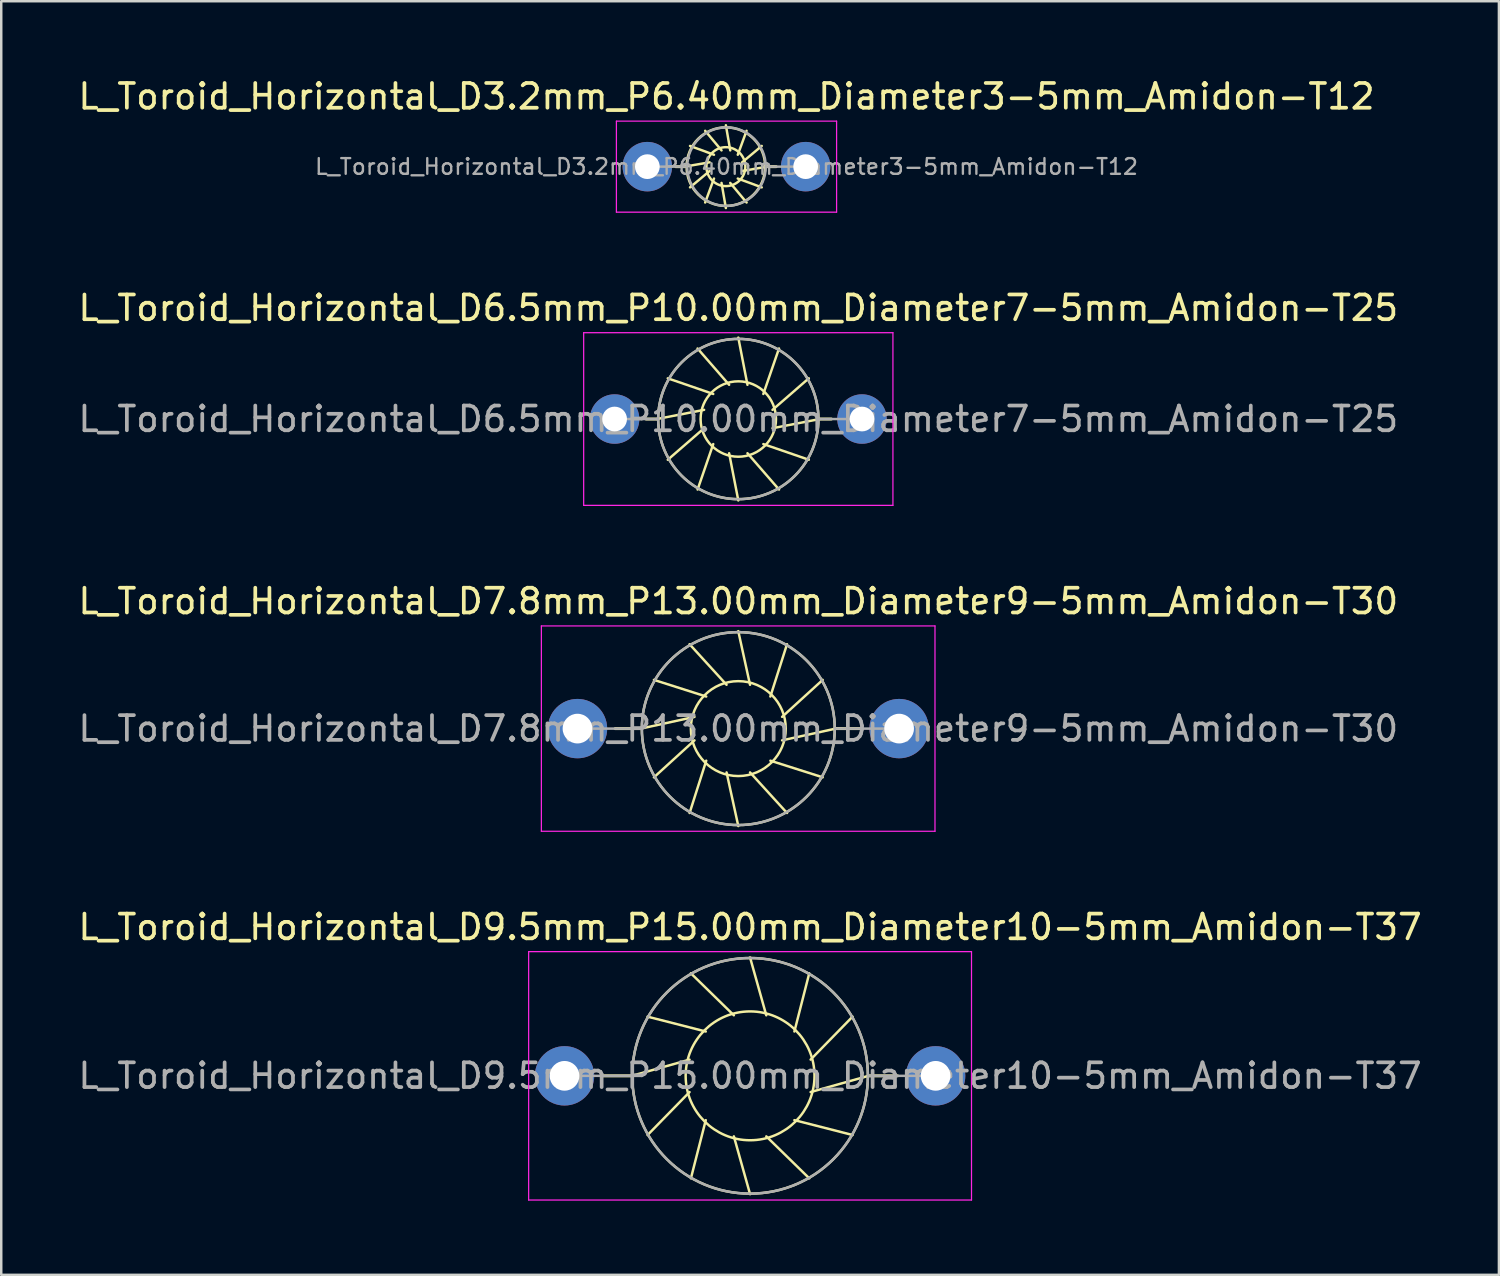
<source format=kicad_pcb>
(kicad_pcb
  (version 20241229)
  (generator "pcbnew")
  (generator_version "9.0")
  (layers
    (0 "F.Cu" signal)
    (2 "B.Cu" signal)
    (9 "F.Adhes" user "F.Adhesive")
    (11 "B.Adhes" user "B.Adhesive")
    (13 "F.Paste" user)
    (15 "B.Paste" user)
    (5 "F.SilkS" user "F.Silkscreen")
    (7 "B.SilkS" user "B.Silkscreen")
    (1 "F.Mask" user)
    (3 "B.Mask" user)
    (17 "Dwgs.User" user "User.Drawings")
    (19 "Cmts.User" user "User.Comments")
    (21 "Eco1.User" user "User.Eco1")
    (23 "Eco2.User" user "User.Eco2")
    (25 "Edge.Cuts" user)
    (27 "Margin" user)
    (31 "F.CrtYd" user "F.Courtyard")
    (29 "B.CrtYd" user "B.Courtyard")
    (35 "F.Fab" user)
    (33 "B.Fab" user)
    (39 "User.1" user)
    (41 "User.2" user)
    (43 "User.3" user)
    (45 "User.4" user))
  (footprint "L_Toroid_Horizontal_D7.8mm_P13.00mm_Diameter9-5mm_Amidon-T30"
    (layer "F.Cu")
    (at 20.292 26.4)
    (property "Reference" "L_Toroid_Horizontal_D7.8mm_P13.00mm_Diameter9-5mm_Amidon-T30" (at 6.5 -5.149 0) (layer "F.SilkS") (effects (font (size 1 1) (thickness 0.15))))
    (attr through_hole)
    (fp_line (start 2.561 0.000365) (end 4.729 -0.474) (stroke (width 0.1) (type solid)) (layer "F.SilkS"))
    (fp_line (start 2.601 0) (end 1.524 0) (stroke (width 0.12) (type solid)) (layer "F.SilkS"))
    (fp_line (start 3.089 -1.969) (end 5.203 -1.296) (stroke (width 0.1) (type solid)) (layer "F.SilkS"))
    (fp_line (start 3.089 1.97) (end 4.729 0.475) (stroke (width 0.1) (type solid)) (layer "F.SilkS"))
    (fp_line (start 4.53 -3.411) (end 6.025 -1.771) (stroke (width 0.1) (type solid)) (layer "F.SilkS"))
    (fp_line (start 4.531 3.411) (end 5.204 1.297) (stroke (width 0.1) (type solid)) (layer "F.SilkS"))
    (fp_line (start 6.499 -3.939) (end 6.974 -1.771) (stroke (width 0.1) (type solid)) (layer "F.SilkS"))
    (fp_line (start 6.5 3.939) (end 6.026 1.771) (stroke (width 0.1) (type solid)) (layer "F.SilkS"))
    (fp_line (start 8.469 -3.411) (end 7.796 -1.297) (stroke (width 0.1) (type solid)) (layer "F.SilkS"))
    (fp_line (start 8.469 3.411) (end 6.975 1.771) (stroke (width 0.1) (type solid)) (layer "F.SilkS"))
    (fp_line (start 9.911 -1.97) (end 8.271 -0.475) (stroke (width 0.1) (type solid)) (layer "F.SilkS"))
    (fp_line (start 9.911 1.969) (end 7.797 1.297) (stroke (width 0.1) (type solid)) (layer "F.SilkS"))
    (fp_line (start 10.439 -0.001) (end 8.271 0.474) (stroke (width 0.1) (type solid)) (layer "F.SilkS"))
    (fp_line (start 10.439 -0.001) (end 11.43 0) (stroke (width 0.12) (type solid)) (layer "F.SilkS"))
    (fp_circle (center 6.5 0) (end 8.418 0) (stroke (width 0.1) (type solid)) (fill no) (layer "F.SilkS"))
    (fp_circle (center 6.5 0) (end 10.399 0) (stroke (width 0.1) (type solid)) (fill no) (layer "F.SilkS"))
    (fp_line (start -1.46 -4.15) (end -1.46 4.15) (stroke (width 0.05) (type solid)) (layer "F.CrtYd"))
    (fp_line (start -1.46 4.15) (end 14.45 4.15) (stroke (width 0.05) (type solid)) (layer "F.CrtYd"))
    (fp_line (start 14.45 -4.15) (end -1.46 -4.15) (stroke (width 0.05) (type solid)) (layer "F.CrtYd"))
    (fp_line (start 14.45 4.15) (end 14.45 -4.15) (stroke (width 0.05) (type solid)) (layer "F.CrtYd"))
    (fp_line (start 0 0) (end 2.601 0) (stroke (width 0.1) (type solid)) (layer "F.Fab"))
    (fp_line (start 13 0) (end 10.399 0) (stroke (width 0.1) (type solid)) (layer "F.Fab"))
    (fp_circle (center 6.5 0) (end 10.399 0) (stroke (width 0.1) (type solid)) (fill no) (layer "F.Fab"))
    (fp_text user "${REFERENCE}" (at 6.5 0 0) (layer "F.Fab") (effects (font (size 1 1) (thickness 0.15))))
    (pad "1" thru_hole circle (at 0 0) (size 2.4 2.4) (drill 1.2) (layers "*.Cu" "*.Mask"))
    (pad "2" thru_hole circle (at 13 0) (size 2.4 2.4) (drill 1.2) (layers "*.Cu" "*.Mask")))
  (footprint "L_Toroid_Horizontal_D9.5mm_P15.00mm_Diameter10-5mm_Amidon-T37"
    (layer "F.Cu")
    (at 19.768 40.435)
    (property "Reference" "L_Toroid_Horizontal_D9.5mm_P15.00mm_Diameter10-5mm_Amidon-T37" (at 7.5 -6.013 0) (layer "F.SilkS") (effects (font (size 1 1) (thickness 0.15))))
    (attr through_hole)
    (fp_line (start 2.715 0.000443) (end 5.053 -0.655) (stroke (width 0.1) (type solid)) (layer "F.SilkS"))
    (fp_line (start 2.737 0) (end 1.524 0) (stroke (width 0.12) (type solid)) (layer "F.SilkS"))
    (fp_line (start 3.356 -2.392) (end 5.709 -1.791) (stroke (width 0.1) (type solid)) (layer "F.SilkS"))
    (fp_line (start 3.356 2.393) (end 5.053 0.656) (stroke (width 0.1) (type solid)) (layer "F.SilkS"))
    (fp_line (start 5.107 -4.144) (end 6.844 -2.447) (stroke (width 0.1) (type solid)) (layer "F.SilkS"))
    (fp_line (start 5.108 4.144) (end 5.709 1.791) (stroke (width 0.1) (type solid)) (layer "F.SilkS"))
    (fp_line (start 7.499 -4.785) (end 8.155 -2.447) (stroke (width 0.1) (type solid)) (layer "F.SilkS"))
    (fp_line (start 7.5 4.785) (end 6.845 2.447) (stroke (width 0.1) (type solid)) (layer "F.SilkS"))
    (fp_line (start 9.892 -4.144) (end 9.291 -1.792) (stroke (width 0.1) (type solid)) (layer "F.SilkS"))
    (fp_line (start 9.893 4.144) (end 8.156 2.447) (stroke (width 0.1) (type solid)) (layer "F.SilkS"))
    (fp_line (start 11.643 -2.393) (end 9.947 -0.656) (stroke (width 0.1) (type solid)) (layer "F.SilkS"))
    (fp_line (start 11.644 2.392) (end 9.291 1.791) (stroke (width 0.1) (type solid)) (layer "F.SilkS"))
    (fp_line (start 12.262 0) (end 13.462 0) (stroke (width 0.12) (type solid)) (layer "F.SilkS"))
    (fp_line (start 12.285 0) (end 9.947 0.656) (stroke (width 0.1) (type solid)) (layer "F.SilkS"))
    (fp_circle (center 7.5 0) (end 10.104 0) (stroke (width 0.1) (type solid)) (fill no) (layer "F.SilkS"))
    (fp_circle (center 7.5 0) (end 12.262 0) (stroke (width 0.1) (type solid)) (fill no) (layer "F.SilkS"))
    (fp_line (start -1.45 -5.02) (end -1.45 5.02) (stroke (width 0.05) (type solid)) (layer "F.CrtYd"))
    (fp_line (start -1.45 5.02) (end 16.45 5.02) (stroke (width 0.05) (type solid)) (layer "F.CrtYd"))
    (fp_line (start 16.45 -5.02) (end -1.45 -5.02) (stroke (width 0.05) (type solid)) (layer "F.CrtYd"))
    (fp_line (start 16.45 5.02) (end 16.45 -5.02) (stroke (width 0.05) (type solid)) (layer "F.CrtYd"))
    (fp_line (start 0 0) (end 2.737 0) (stroke (width 0.1) (type solid)) (layer "F.Fab"))
    (fp_line (start 15 0) (end 12.262 0) (stroke (width 0.1) (type solid)) (layer "F.Fab"))
    (fp_circle (center 7.5 0) (end 12.262 0) (stroke (width 0.1) (type solid)) (fill no) (layer "F.Fab"))
    (fp_text user "${REFERENCE}" (at 7.5 0 0) (layer "F.Fab") (effects (font (size 1 1) (thickness 0.15))))
    (pad "1" thru_hole circle (at 0 0) (size 2.4 2.4) (drill 1.2) (layers "*.Cu" "*.Mask"))
    (pad "2" thru_hole circle (at 15 0) (size 2.4 2.4) (drill 1.2) (layers "*.Cu" "*.Mask")))
  (footprint "L_Toroid_Horizontal_D6.5mm_P10.00mm_Diameter7-5mm_Amidon-T25"
    (layer "F.Cu")
    (at 21.792 13.887)
    (property "Reference" "L_Toroid_Horizontal_D6.5mm_P10.00mm_Diameter7-5mm_Amidon-T25" (at 5 -4.489 0) (layer "F.SilkS") (effects (font (size 1 1) (thickness 0.15))))
    (attr through_hole)
    (fp_line (start 1.27 0) (end 1.709 0.000305) (stroke (width 0.12) (type solid)) (layer "F.SilkS"))
    (fp_line (start 1.709 0.000305) (end 3.617 -0.371) (stroke (width 0.1) (type solid)) (layer "F.SilkS"))
    (fp_line (start 2.149 -1.645) (end 3.987 -1.013) (stroke (width 0.1) (type solid)) (layer "F.SilkS"))
    (fp_line (start 2.15 1.646) (end 3.617 0.371) (stroke (width 0.1) (type solid)) (layer "F.SilkS"))
    (fp_line (start 3.354 -2.85) (end 4.629 -1.383) (stroke (width 0.1) (type solid)) (layer "F.SilkS"))
    (fp_line (start 3.355 2.85) (end 3.987 1.013) (stroke (width 0.1) (type solid)) (layer "F.SilkS"))
    (fp_line (start 5 -3.291) (end 5.37 -1.383) (stroke (width 0.1) (type solid)) (layer "F.SilkS"))
    (fp_line (start 5 3.291) (end 4.629 1.383) (stroke (width 0.1) (type solid)) (layer "F.SilkS"))
    (fp_line (start 6.645 -2.851) (end 6.012 -1.013) (stroke (width 0.1) (type solid)) (layer "F.SilkS"))
    (fp_line (start 6.646 2.85) (end 5.371 1.383) (stroke (width 0.1) (type solid)) (layer "F.SilkS"))
    (fp_line (start 7.85 -1.646) (end 6.383 -0.371) (stroke (width 0.1) (type solid)) (layer "F.SilkS"))
    (fp_line (start 7.85 1.646) (end 6.013 1.013) (stroke (width 0.1) (type solid)) (layer "F.SilkS"))
    (fp_line (start 8.291 0) (end 6.383 0.371) (stroke (width 0.1) (type solid)) (layer "F.SilkS"))
    (fp_line (start 8.763 0) (end 8.291 0) (stroke (width 0.12) (type solid)) (layer "F.SilkS"))
    (fp_circle (center 5 0) (end 6.524 0) (stroke (width 0.1) (type solid)) (fill no) (layer "F.SilkS"))
    (fp_circle (center 5 0) (end 8.239 0) (stroke (width 0.1) (type solid)) (fill no) (layer "F.SilkS"))
    (fp_line (start -1.25 -3.49) (end -1.25 3.49) (stroke (width 0.05) (type solid)) (layer "F.CrtYd"))
    (fp_line (start -1.25 3.49) (end 11.25 3.49) (stroke (width 0.05) (type solid)) (layer "F.CrtYd"))
    (fp_line (start 11.25 -3.49) (end -1.25 -3.49) (stroke (width 0.05) (type solid)) (layer "F.CrtYd"))
    (fp_line (start 11.25 3.49) (end 11.25 -3.49) (stroke (width 0.05) (type solid)) (layer "F.CrtYd"))
    (fp_line (start 0 0) (end 1.762 0) (stroke (width 0.1) (type solid)) (layer "F.Fab"))
    (fp_line (start 10 0) (end 8.239 0) (stroke (width 0.1) (type solid)) (layer "F.Fab"))
    (fp_circle (center 5 0) (end 8.239 0) (stroke (width 0.1) (type solid)) (fill no) (layer "F.Fab"))
    (fp_text user "${REFERENCE}" (at 5 0 0) (layer "F.Fab") (effects (font (size 1 1) (thickness 0.15))))
    (pad "1" thru_hole circle (at 0 0) (size 2 2) (drill 1) (layers "*.Cu" "*.Mask"))
    (pad "2" thru_hole circle (at 10 0) (size 2 2) (drill 1) (layers "*.Cu" "*.Mask")))
  (footprint "L_Toroid_Horizontal_D3.2mm_P6.40mm_Diameter3-5mm_Amidon-T12"
    (layer "F.Cu")
    (at 23.115 3.686)
    (property "Reference" "L_Toroid_Horizontal_D3.2mm_P6.40mm_Diameter3-5mm_Amidon-T12" (at 3.2 -2.837 0) (layer "F.SilkS") (effects (font (size 1 1) (thickness 0.15))))
    (attr through_hole)
    (fp_line (start 1.143 0) (end 1.502 0.000155) (stroke (width 0.12) (type solid)) (layer "F.SilkS"))
    (fp_line (start 1.502 0.000155) (end 2.517 -0.176) (stroke (width 0.1) (type solid)) (layer "F.SilkS"))
    (fp_line (start 1.726 -0.837) (end 2.694 -0.481) (stroke (width 0.1) (type solid)) (layer "F.SilkS"))
    (fp_line (start 1.726 0.837) (end 2.517 0.176) (stroke (width 0.1) (type solid)) (layer "F.SilkS"))
    (fp_line (start 2.338 -1.449) (end 2.999 -0.658) (stroke (width 0.1) (type solid)) (layer "F.SilkS"))
    (fp_line (start 2.338 1.449) (end 2.694 0.481) (stroke (width 0.1) (type solid)) (layer "F.SilkS"))
    (fp_line (start 3.175 -1.673) (end 3.351 -0.658) (stroke (width 0.1) (type solid)) (layer "F.SilkS"))
    (fp_line (start 3.175 1.673) (end 2.999 0.658) (stroke (width 0.1) (type solid)) (layer "F.SilkS"))
    (fp_line (start 4.011 -1.449) (end 3.656 -0.481) (stroke (width 0.1) (type solid)) (layer "F.SilkS"))
    (fp_line (start 4.012 1.449) (end 3.351 0.658) (stroke (width 0.1) (type solid)) (layer "F.SilkS"))
    (fp_line (start 4.624 -0.837) (end 3.833 -0.176) (stroke (width 0.1) (type solid)) (layer "F.SilkS"))
    (fp_line (start 4.624 0.837) (end 3.656 0.481) (stroke (width 0.1) (type solid)) (layer "F.SilkS"))
    (fp_line (start 4.848 -0.00031) (end 3.833 0.176) (stroke (width 0.1) (type solid)) (layer "F.SilkS"))
    (fp_line (start 4.848 -0.00031) (end 5.207 0) (stroke (width 0.12) (type solid)) (layer "F.SilkS"))
    (fp_circle (center 3.175 0) (end 3.962 0) (stroke (width 0.1) (type solid)) (fill no) (layer "F.SilkS"))
    (fp_circle (center 3.175 0) (end 4.763 0) (stroke (width 0.1) (type solid)) (fill no) (layer "F.SilkS"))
    (fp_line (start -1.25 -1.84) (end -1.25 1.84) (stroke (width 0.05) (type solid)) (layer "F.CrtYd"))
    (fp_line (start -1.25 1.84) (end 7.65 1.84) (stroke (width 0.05) (type solid)) (layer "F.CrtYd"))
    (fp_line (start 7.65 -1.84) (end -1.25 -1.84) (stroke (width 0.05) (type solid)) (layer "F.CrtYd"))
    (fp_line (start 7.65 1.84) (end 7.65 -1.84) (stroke (width 0.05) (type solid)) (layer "F.CrtYd"))
    (fp_line (start 0 0) (end 1.613 0) (stroke (width 0.1) (type solid)) (layer "F.Fab"))
    (fp_line (start 6.4 0) (end 4.787 0) (stroke (width 0.1) (type solid)) (layer "F.Fab"))
    (fp_circle (center 3.2 0) (end 4.787 0) (stroke (width 0.1) (type solid)) (fill no) (layer "F.Fab"))
    (fp_text user "${REFERENCE}" (at 3.2 0 0) (layer "F.Fab") (effects (font (size 0.635 0.635) (thickness 0.095))))
    (pad "1" thru_hole circle (at 0 0) (size 2 2) (drill 1) (layers "*.Cu" "*.Mask"))
    (pad "2" thru_hole circle (at 6.4 0) (size 2 2) (drill 1) (layers "*.Cu" "*.Mask")))
  (gr_rect
    (start -3 -3)
    (end 57.536 48.48)
    (stroke (width 0.1) (type default))
    (fill no)
    (layer "Edge.Cuts")))
</source>
